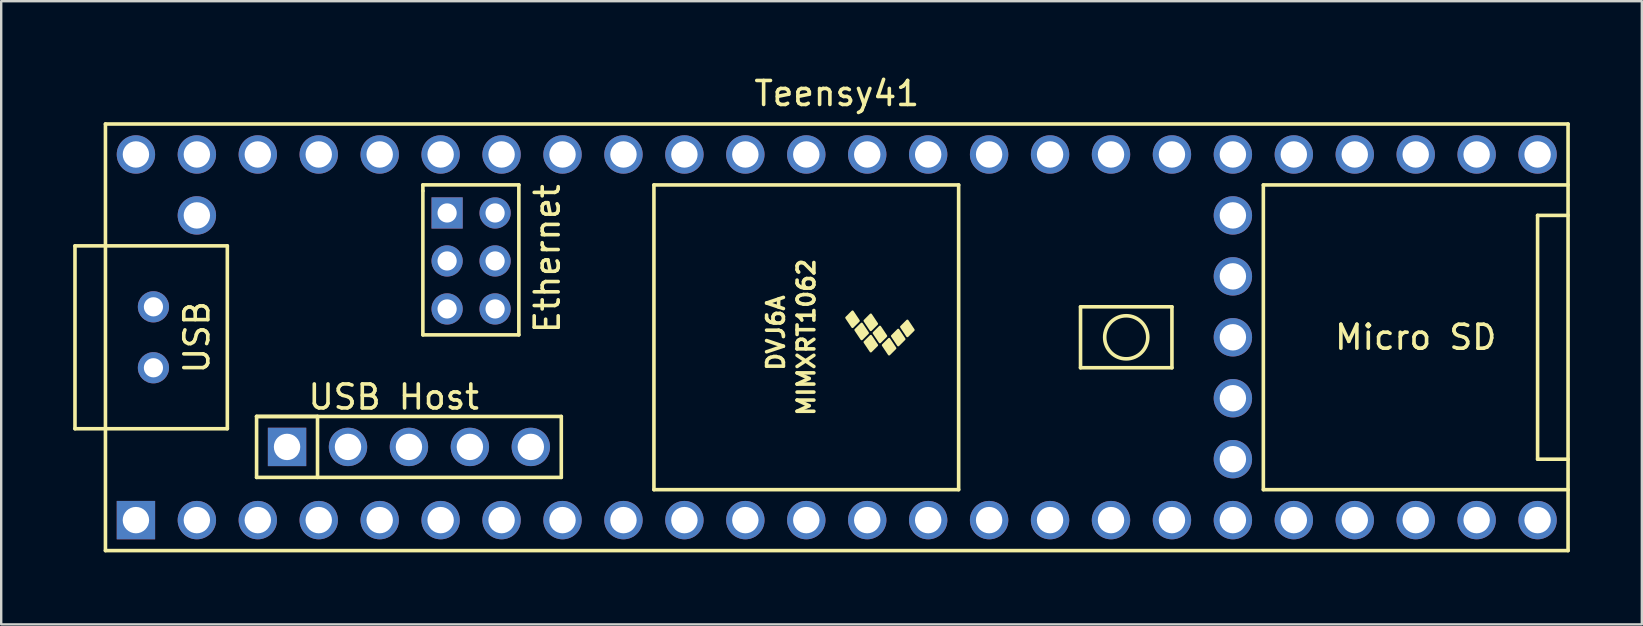
<source format=kicad_pcb>
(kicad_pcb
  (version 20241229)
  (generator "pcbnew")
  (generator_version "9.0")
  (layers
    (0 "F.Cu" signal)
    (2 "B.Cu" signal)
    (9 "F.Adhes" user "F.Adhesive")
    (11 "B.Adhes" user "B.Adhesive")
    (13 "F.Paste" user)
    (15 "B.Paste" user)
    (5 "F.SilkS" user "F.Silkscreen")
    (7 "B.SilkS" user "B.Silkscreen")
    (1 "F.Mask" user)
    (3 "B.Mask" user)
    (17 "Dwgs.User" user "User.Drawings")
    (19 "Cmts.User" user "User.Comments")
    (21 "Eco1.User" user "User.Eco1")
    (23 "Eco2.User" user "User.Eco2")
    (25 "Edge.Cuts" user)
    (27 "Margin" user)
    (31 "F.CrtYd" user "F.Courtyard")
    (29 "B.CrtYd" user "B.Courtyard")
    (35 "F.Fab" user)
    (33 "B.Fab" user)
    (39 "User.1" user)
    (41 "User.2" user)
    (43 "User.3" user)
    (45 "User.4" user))
  (footprint "Teensy41"
    (layer "F.Cu")
    (at 31.825 11.008)
    (property "Reference" "Teensy41" (at 0 -10.16 0) (layer "F.SilkS") (effects (font (size 1 1) (thickness 0.15))))
    (attr through_hole)
    (fp_line (start -31.75 -3.81) (end -30.48 -3.81) (stroke (width 0.15) (type solid)) (layer "F.SilkS"))
    (fp_line (start -31.75 3.81) (end -31.75 -3.81) (stroke (width 0.15) (type solid)) (layer "F.SilkS"))
    (fp_line (start -30.48 -8.89) (end 30.48 -8.89) (stroke (width 0.15) (type solid)) (layer "F.SilkS"))
    (fp_line (start -30.48 3.81) (end -31.75 3.81) (stroke (width 0.15) (type solid)) (layer "F.SilkS"))
    (fp_line (start -30.48 8.89) (end -30.48 -8.89) (stroke (width 0.15) (type solid)) (layer "F.SilkS"))
    (fp_line (start -25.4 -3.81) (end -30.48 -3.81) (stroke (width 0.15) (type solid)) (layer "F.SilkS"))
    (fp_line (start -25.4 3.81) (end -30.48 3.81) (stroke (width 0.15) (type solid)) (layer "F.SilkS"))
    (fp_line (start -25.4 3.81) (end -25.4 -3.81) (stroke (width 0.15) (type solid)) (layer "F.SilkS"))
    (fp_line (start -24.181 3.299) (end -21.641 3.299) (stroke (width 0.15) (type solid)) (layer "F.SilkS"))
    (fp_line (start -24.181 3.299) (end -11.481 3.299) (stroke (width 0.15) (type solid)) (layer "F.SilkS"))
    (fp_line (start -24.181 5.839) (end -24.181 3.299) (stroke (width 0.15) (type solid)) (layer "F.SilkS"))
    (fp_line (start -21.641 3.299) (end -21.641 5.839) (stroke (width 0.15) (type solid)) (layer "F.SilkS"))
    (fp_line (start -17.25 -6.352) (end -17.25 -6.102) (stroke (width 0.15) (type solid)) (layer "F.SilkS"))
    (fp_line (start -17.25 -6.102) (end -17.25 -0.102) (stroke (width 0.15) (type solid)) (layer "F.SilkS"))
    (fp_line (start -17.25 -0.102) (end -13.25 -0.102) (stroke (width 0.15) (type solid)) (layer "F.SilkS"))
    (fp_line (start -13.25 -6.352) (end -17.25 -6.352) (stroke (width 0.15) (type solid)) (layer "F.SilkS"))
    (fp_line (start -13.25 -0.102) (end -13.25 -6.352) (stroke (width 0.15) (type solid)) (layer "F.SilkS"))
    (fp_line (start -11.481 3.299) (end -11.481 5.839) (stroke (width 0.15) (type solid)) (layer "F.SilkS"))
    (fp_line (start -11.481 5.839) (end -24.181 5.839) (stroke (width 0.15) (type solid)) (layer "F.SilkS"))
    (fp_line (start -7.62 -6.35) (end -7.62 6.35) (stroke (width 0.15) (type solid)) (layer "F.SilkS"))
    (fp_line (start -7.62 6.35) (end 5.08 6.35) (stroke (width 0.15) (type solid)) (layer "F.SilkS"))
    (fp_line (start 5.08 -6.35) (end -7.62 -6.35) (stroke (width 0.15) (type solid)) (layer "F.SilkS"))
    (fp_line (start 5.08 6.35) (end 5.08 -6.35) (stroke (width 0.15) (type solid)) (layer "F.SilkS"))
    (fp_line (start 10.16 -1.27) (end 13.97 -1.27) (stroke (width 0.15) (type solid)) (layer "F.SilkS"))
    (fp_line (start 10.16 1.27) (end 10.16 -1.27) (stroke (width 0.15) (type solid)) (layer "F.SilkS"))
    (fp_line (start 13.97 -1.27) (end 13.97 1.27) (stroke (width 0.15) (type solid)) (layer "F.SilkS"))
    (fp_line (start 13.97 1.27) (end 10.16 1.27) (stroke (width 0.15) (type solid)) (layer "F.SilkS"))
    (fp_line (start 17.78 -6.35) (end 17.78 6.35) (stroke (width 0.15) (type solid)) (layer "F.SilkS"))
    (fp_line (start 17.78 6.35) (end 30.48 6.35) (stroke (width 0.15) (type solid)) (layer "F.SilkS"))
    (fp_line (start 29.21 -5.08) (end 29.21 5.08) (stroke (width 0.15) (type solid)) (layer "F.SilkS"))
    (fp_line (start 29.21 5.08) (end 30.48 5.08) (stroke (width 0.15) (type solid)) (layer "F.SilkS"))
    (fp_line (start 30.48 -8.89) (end 30.48 8.89) (stroke (width 0.15) (type solid)) (layer "F.SilkS"))
    (fp_line (start 30.48 -6.35) (end 17.78 -6.35) (stroke (width 0.15) (type solid)) (layer "F.SilkS"))
    (fp_line (start 30.48 -5.08) (end 29.21 -5.08) (stroke (width 0.15) (type solid)) (layer "F.SilkS"))
    (fp_line (start 30.48 8.89) (end -30.48 8.89) (stroke (width 0.15) (type solid)) (layer "F.SilkS"))
    (fp_circle (center 12.065 0) (end 12.7 -0.635) (stroke (width 0.15) (type solid)) (fill no) (layer "F.SilkS"))
    (fp_poly (pts (xy 0.911 -0.688) (xy 0.657 -0.434) (xy 0.403 -0.815) (xy 0.657 -1.069)) (stroke (width 0.1) (type solid)) (fill yes) (layer "F.SilkS"))
    (fp_poly (pts (xy 1.292 -0.18) (xy 1.038 0.074) (xy 0.784 -0.307) (xy 1.038 -0.561)) (stroke (width 0.1) (type solid)) (fill yes) (layer "F.SilkS"))
    (fp_poly (pts (xy 1.673 -0.561) (xy 1.419 -0.307) (xy 1.165 -0.688) (xy 1.419 -0.942)) (stroke (width 0.1) (type solid)) (fill yes) (layer "F.SilkS"))
    (fp_poly (pts (xy 1.673 0.328) (xy 1.419 0.582) (xy 1.165 0.201) (xy 1.419 -0.053)) (stroke (width 0.1) (type solid)) (fill yes) (layer "F.SilkS"))
    (fp_poly (pts (xy 2.054 -0.053) (xy 1.8 0.201) (xy 1.546 -0.18) (xy 1.8 -0.434)) (stroke (width 0.1) (type solid)) (fill yes) (layer "F.SilkS"))
    (fp_poly (pts (xy 2.435 0.455) (xy 2.181 0.709) (xy 1.927 0.328) (xy 2.181 0.074)) (stroke (width 0.1) (type solid)) (fill yes) (layer "F.SilkS"))
    (fp_poly (pts (xy 2.816 0.074) (xy 2.562 0.328) (xy 2.308 -0.053) (xy 2.562 -0.307)) (stroke (width 0.1) (type solid)) (fill yes) (layer "F.SilkS"))
    (fp_poly (pts (xy 3.197 -0.307) (xy 2.943 -0.053) (xy 2.689 -0.434) (xy 2.943 -0.688)) (stroke (width 0.1) (type solid)) (fill yes) (layer "F.SilkS"))
    (fp_text user "Micro SD" (at 24.13 0 0) (layer "F.SilkS") (effects (font (size 1 1) (thickness 0.15))))
    (fp_text user "DVJ6A" (at -2.54 -0.18 270) (layer "F.SilkS") (effects (font (size 0.7 0.7) (thickness 0.15))))
    (fp_text user "USB Host" (at -18.466 2.489 0) (layer "F.SilkS") (effects (font (size 1 1) (thickness 0.15))))
    (fp_text user "Ethernet" (at -12.065 -3.277 90) (layer "F.SilkS") (effects (font (size 1 1) (thickness 0.15))))
    (fp_text user "MIMXRT1062" (at -1.27 0 270) (layer "F.SilkS") (effects (font (size 0.7 0.7) (thickness 0.15))))
    (fp_text user "USB" (at -26.67 0 270) (layer "F.SilkS") (effects (font (size 1 1) (thickness 0.15))))
    (pad "1" thru_hole rect (at -29.21 7.62) (size 1.6 1.6) (drill 1.1) (layers "*.Cu" "*.Mask"))
    (pad "2" thru_hole circle (at -26.67 7.62) (size 1.6 1.6) (drill 1.1) (layers "*.Cu" "*.Mask"))
    (pad "3" thru_hole circle (at -24.13 7.62) (size 1.6 1.6) (drill 1.1) (layers "*.Cu" "*.Mask"))
    (pad "4" thru_hole circle (at -21.59 7.62) (size 1.6 1.6) (drill 1.1) (layers "*.Cu" "*.Mask"))
    (pad "5" thru_hole circle (at -19.05 7.62) (size 1.6 1.6) (drill 1.1) (layers "*.Cu" "*.Mask"))
    (pad "6" thru_hole circle (at -16.51 7.62) (size 1.6 1.6) (drill 1.1) (layers "*.Cu" "*.Mask"))
    (pad "7" thru_hole circle (at -13.97 7.62) (size 1.6 1.6) (drill 1.1) (layers "*.Cu" "*.Mask"))
    (pad "8" thru_hole circle (at -11.43 7.62) (size 1.6 1.6) (drill 1.1) (layers "*.Cu" "*.Mask"))
    (pad "9" thru_hole circle (at -8.89 7.62) (size 1.6 1.6) (drill 1.1) (layers "*.Cu" "*.Mask"))
    (pad "10" thru_hole circle (at -6.35 7.62) (size 1.6 1.6) (drill 1.1) (layers "*.Cu" "*.Mask"))
    (pad "11" thru_hole circle (at -3.81 7.62) (size 1.6 1.6) (drill 1.1) (layers "*.Cu" "*.Mask"))
    (pad "12" thru_hole circle (at -1.27 7.62) (size 1.6 1.6) (drill 1.1) (layers "*.Cu" "*.Mask"))
    (pad "13" thru_hole circle (at 1.27 7.62) (size 1.6 1.6) (drill 1.1) (layers "*.Cu" "*.Mask"))
    (pad "14" thru_hole circle (at 3.81 7.62) (size 1.6 1.6) (drill 1.1) (layers "*.Cu" "*.Mask"))
    (pad "15" thru_hole circle (at 6.35 7.62) (size 1.6 1.6) (drill 1.1) (layers "*.Cu" "*.Mask"))
    (pad "16" thru_hole circle (at 8.89 7.62) (size 1.6 1.6) (drill 1.1) (layers "*.Cu" "*.Mask"))
    (pad "17" thru_hole circle (at 11.43 7.62) (size 1.6 1.6) (drill 1.1) (layers "*.Cu" "*.Mask"))
    (pad "18" thru_hole circle (at 13.97 7.62) (size 1.6 1.6) (drill 1.1) (layers "*.Cu" "*.Mask"))
    (pad "19" thru_hole circle (at 16.51 7.62) (size 1.6 1.6) (drill 1.1) (layers "*.Cu" "*.Mask"))
    (pad "20" thru_hole circle (at 19.05 7.62) (size 1.6 1.6) (drill 1.1) (layers "*.Cu" "*.Mask"))
    (pad "21" thru_hole circle (at 21.59 7.62) (size 1.6 1.6) (drill 1.1) (layers "*.Cu" "*.Mask"))
    (pad "22" thru_hole circle (at 24.13 7.62) (size 1.6 1.6) (drill 1.1) (layers "*.Cu" "*.Mask"))
    (pad "23" thru_hole circle (at 26.67 7.62) (size 1.6 1.6) (drill 1.1) (layers "*.Cu" "*.Mask"))
    (pad "24" thru_hole circle (at 29.21 7.62) (size 1.6 1.6) (drill 1.1) (layers "*.Cu" "*.Mask"))
    (pad "25" thru_hole circle (at 29.21 -7.62) (size 1.6 1.6) (drill 1.1) (layers "*.Cu" "*.Mask"))
    (pad "26" thru_hole circle (at 26.67 -7.62) (size 1.6 1.6) (drill 1.1) (layers "*.Cu" "*.Mask"))
    (pad "27" thru_hole circle (at 24.13 -7.62) (size 1.6 1.6) (drill 1.1) (layers "*.Cu" "*.Mask"))
    (pad "28" thru_hole circle (at 21.59 -7.62) (size 1.6 1.6) (drill 1.1) (layers "*.Cu" "*.Mask"))
    (pad "29" thru_hole circle (at 19.05 -7.62) (size 1.6 1.6) (drill 1.1) (layers "*.Cu" "*.Mask"))
    (pad "30" thru_hole circle (at 16.51 -7.62) (size 1.6 1.6) (drill 1.1) (layers "*.Cu" "*.Mask"))
    (pad "31" thru_hole circle (at 13.97 -7.62) (size 1.6 1.6) (drill 1.1) (layers "*.Cu" "*.Mask"))
    (pad "32" thru_hole circle (at 11.43 -7.62) (size 1.6 1.6) (drill 1.1) (layers "*.Cu" "*.Mask"))
    (pad "33" thru_hole circle (at 8.89 -7.62) (size 1.6 1.6) (drill 1.1) (layers "*.Cu" "*.Mask"))
    (pad "34" thru_hole circle (at 6.35 -7.62) (size 1.6 1.6) (drill 1.1) (layers "*.Cu" "*.Mask"))
    (pad "35" thru_hole circle (at 3.81 -7.62) (size 1.6 1.6) (drill 1.1) (layers "*.Cu" "*.Mask"))
    (pad "36" thru_hole circle (at 1.27 -7.62) (size 1.6 1.6) (drill 1.1) (layers "*.Cu" "*.Mask"))
    (pad "37" thru_hole circle (at -1.27 -7.62) (size 1.6 1.6) (drill 1.1) (layers "*.Cu" "*.Mask"))
    (pad "38" thru_hole circle (at -3.81 -7.62) (size 1.6 1.6) (drill 1.1) (layers "*.Cu" "*.Mask"))
    (pad "39" thru_hole circle (at -6.35 -7.62) (size 1.6 1.6) (drill 1.1) (layers "*.Cu" "*.Mask"))
    (pad "40" thru_hole circle (at -8.89 -7.62) (size 1.6 1.6) (drill 1.1) (layers "*.Cu" "*.Mask"))
    (pad "41" thru_hole circle (at -11.43 -7.62) (size 1.6 1.6) (drill 1.1) (layers "*.Cu" "*.Mask"))
    (pad "42" thru_hole circle (at -13.97 -7.62) (size 1.6 1.6) (drill 1.1) (layers "*.Cu" "*.Mask"))
    (pad "43" thru_hole circle (at -16.51 -7.62) (size 1.6 1.6) (drill 1.1) (layers "*.Cu" "*.Mask"))
    (pad "44" thru_hole circle (at -19.05 -7.62) (size 1.6 1.6) (drill 1.1) (layers "*.Cu" "*.Mask"))
    (pad "45" thru_hole circle (at -21.59 -7.62) (size 1.6 1.6) (drill 1.1) (layers "*.Cu" "*.Mask"))
    (pad "46" thru_hole circle (at -24.13 -7.62) (size 1.6 1.6) (drill 1.1) (layers "*.Cu" "*.Mask"))
    (pad "47" thru_hole circle (at -26.67 -7.62) (size 1.6 1.6) (drill 1.1) (layers "*.Cu" "*.Mask"))
    (pad "48" thru_hole circle (at -29.21 -7.62) (size 1.6 1.6) (drill 1.1) (layers "*.Cu" "*.Mask"))
    (pad "49" thru_hole circle (at -26.67 -5.08) (size 1.6 1.6) (drill 1.1) (layers "*.Cu" "*.Mask"))
    (pad "50" thru_hole circle (at 16.51 5.08) (size 1.6 1.6) (drill 1.1) (layers "*.Cu" "*.Mask"))
    (pad "51" thru_hole circle (at 16.51 2.54) (size 1.6 1.6) (drill 1.1) (layers "*.Cu" "*.Mask"))
    (pad "52" thru_hole circle (at 16.51 0) (size 1.6 1.6) (drill 1.1) (layers "*.Cu" "*.Mask"))
    (pad "53" thru_hole circle (at 16.51 -2.54) (size 1.6 1.6) (drill 1.1) (layers "*.Cu" "*.Mask"))
    (pad "54" thru_hole circle (at 16.51 -5.08) (size 1.6 1.6) (drill 1.1) (layers "*.Cu" "*.Mask"))
    (pad "55" thru_hole rect (at -22.911 4.569) (size 1.6 1.6) (drill 1.1) (layers "*.Cu" "*.Mask"))
    (pad "56" thru_hole circle (at -20.371 4.569) (size 1.6 1.6) (drill 1.1) (layers "*.Cu" "*.Mask"))
    (pad "57" thru_hole circle (at -17.831 4.569) (size 1.6 1.6) (drill 1.1) (layers "*.Cu" "*.Mask"))
    (pad "58" thru_hole circle (at -15.291 4.569) (size 1.6 1.6) (drill 1.1) (layers "*.Cu" "*.Mask"))
    (pad "59" thru_hole circle (at -12.751 4.569) (size 1.6 1.6) (drill 1.1) (layers "*.Cu" "*.Mask"))
    (pad "60" thru_hole rect (at -16.24 -5.182) (size 1.3 1.3) (drill 0.8) (layers "*.Cu" "*.Mask"))
    (pad "61" thru_hole circle (at -16.24 -3.182) (size 1.3 1.3) (drill 0.8) (layers "*.Cu" "*.Mask"))
    (pad "62" thru_hole circle (at -16.24 -1.182) (size 1.3 1.3) (drill 0.8) (layers "*.Cu" "*.Mask"))
    (pad "63" thru_hole circle (at -14.24 -1.182) (size 1.3 1.3) (drill 0.8) (layers "*.Cu" "*.Mask"))
    (pad "64" thru_hole circle (at -14.24 -3.182) (size 1.3 1.3) (drill 0.8) (layers "*.Cu" "*.Mask"))
    (pad "65" thru_hole circle (at -14.24 -5.182) (size 1.3 1.3) (drill 0.8) (layers "*.Cu" "*.Mask"))
    (pad "66" thru_hole circle (at -28.48 -1.27) (size 1.3 1.3) (drill 0.8) (layers "*.Cu" "*.Mask"))
    (pad "67" thru_hole circle (at -28.48 1.27) (size 1.3 1.3) (drill 0.8) (layers "*.Cu" "*.Mask")))
  (gr_rect
    (start -3 -3)
    (end 65.38 22.973)
    (stroke (width 0.1) (type default))
    (fill no)
    (layer "Edge.Cuts")))
</source>
